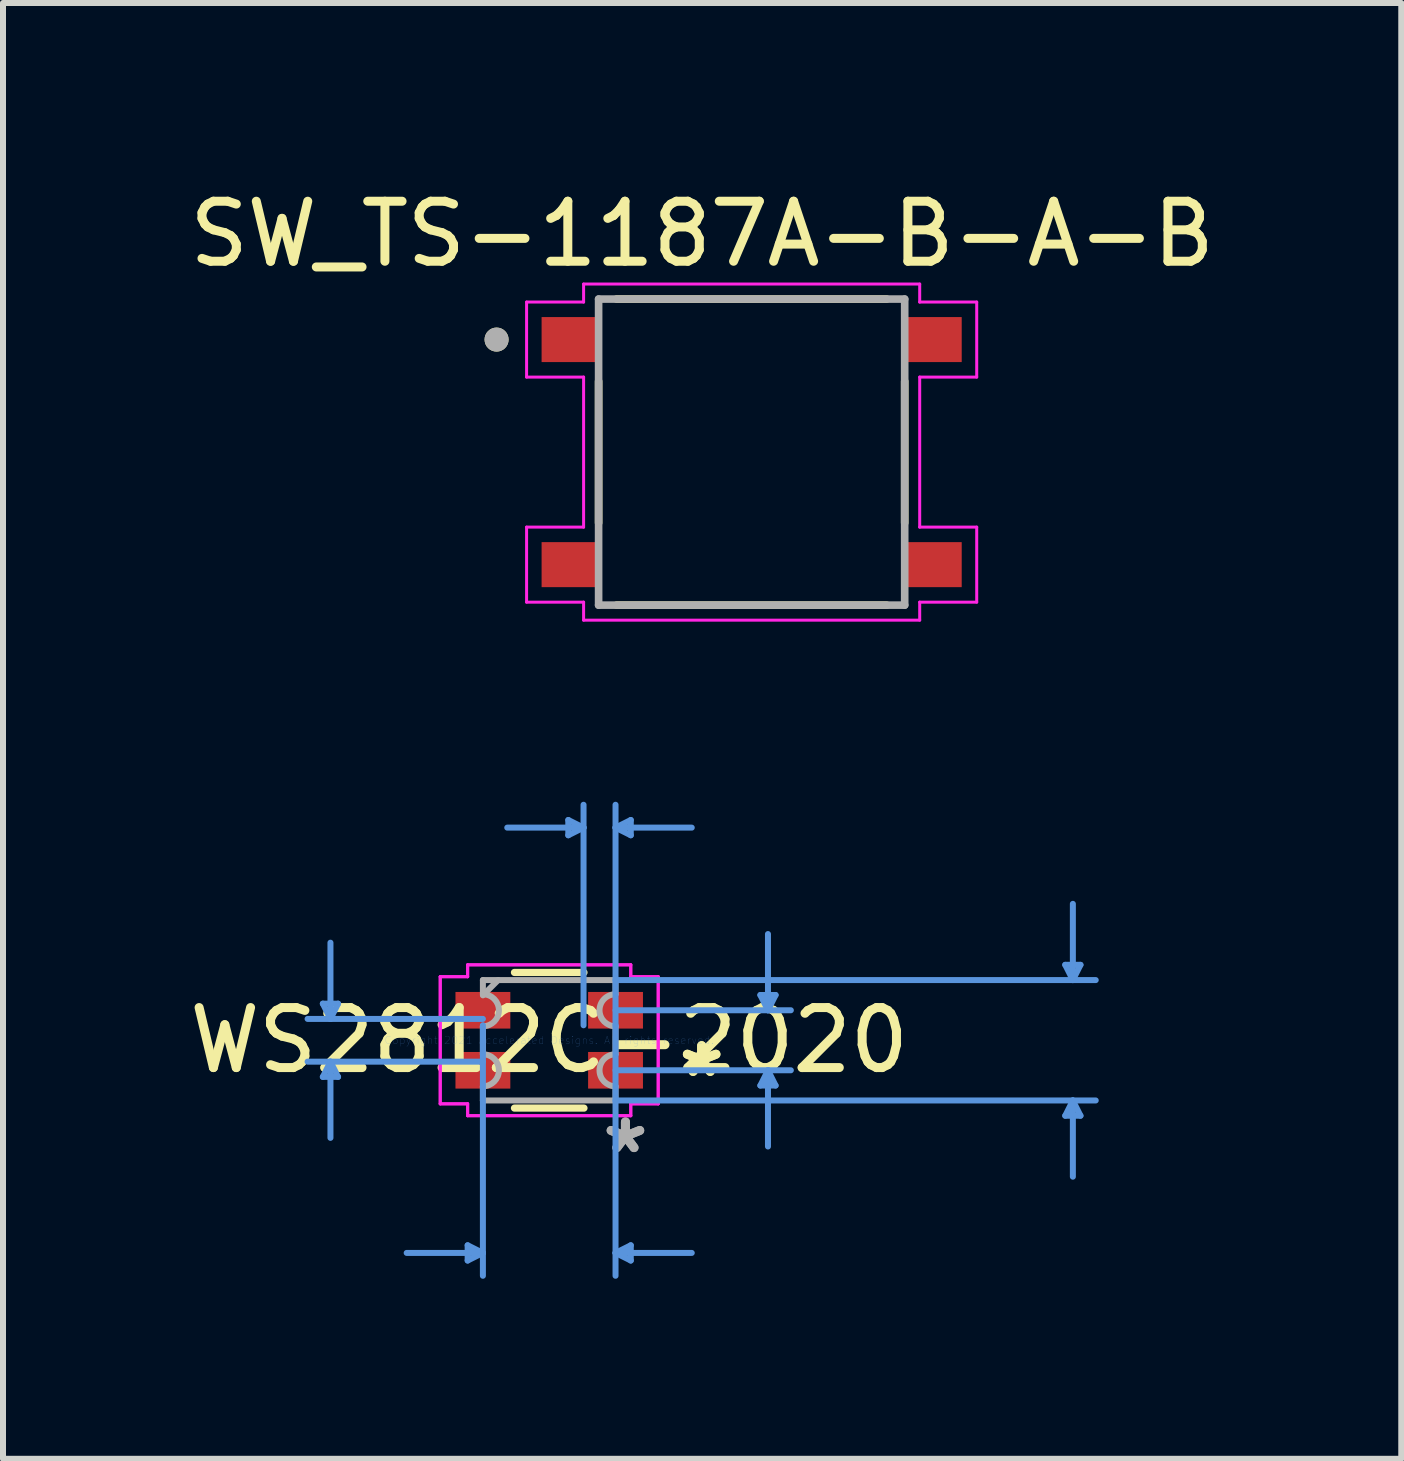
<source format=kicad_pcb>
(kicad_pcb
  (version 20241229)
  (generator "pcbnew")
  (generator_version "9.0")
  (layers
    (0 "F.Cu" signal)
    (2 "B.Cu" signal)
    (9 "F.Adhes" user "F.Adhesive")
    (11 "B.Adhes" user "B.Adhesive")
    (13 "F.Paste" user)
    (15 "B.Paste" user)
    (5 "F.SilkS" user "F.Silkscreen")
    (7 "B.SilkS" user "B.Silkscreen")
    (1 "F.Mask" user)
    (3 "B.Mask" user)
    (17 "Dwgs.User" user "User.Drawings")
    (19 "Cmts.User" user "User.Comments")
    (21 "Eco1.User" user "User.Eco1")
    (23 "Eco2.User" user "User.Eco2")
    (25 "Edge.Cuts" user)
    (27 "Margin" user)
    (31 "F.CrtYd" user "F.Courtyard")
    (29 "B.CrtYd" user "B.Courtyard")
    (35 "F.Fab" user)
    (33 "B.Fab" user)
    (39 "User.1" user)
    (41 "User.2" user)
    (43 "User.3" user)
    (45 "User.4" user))
  (footprint "SW_TS-1187A-B-A-B"
    (layer "F.Cu")
    (at 9.474 4.483)
    (property "Reference" "SW_TS-1187A-B-A-B" (at -0.825 -3.635 0) (layer "F.SilkS") (effects (font (size 1 1) (thickness 0.15))))
    (attr through_hole)
    (fp_line (start -2.55 -1.18) (end -2.55 1.18) (stroke (width 0.127) (type solid)) (layer "F.SilkS"))
    (fp_line (start 2.25 -2.55) (end -2.25 -2.55) (stroke (width 0.127) (type solid)) (layer "F.SilkS"))
    (fp_line (start 2.25 2.55) (end -2.25 2.55) (stroke (width 0.127) (type solid)) (layer "F.SilkS"))
    (fp_line (start 2.55 1.18) (end 2.55 -1.18) (stroke (width 0.127) (type solid)) (layer "F.SilkS"))
    (fp_circle (center -4.25 -1.875) (end -4.15 -1.875) (stroke (width 0.2) (type solid)) (fill no) (layer "F.SilkS"))
    (fp_line (start -3.75 -2.5) (end -3.75 -1.25) (stroke (width 0.05) (type solid)) (layer "F.CrtYd"))
    (fp_line (start -3.75 -2.5) (end -2.8 -2.5) (stroke (width 0.05) (type solid)) (layer "F.CrtYd"))
    (fp_line (start -3.75 -1.25) (end -2.8 -1.25) (stroke (width 0.05) (type solid)) (layer "F.CrtYd"))
    (fp_line (start -3.75 1.25) (end -2.8 1.25) (stroke (width 0.05) (type solid)) (layer "F.CrtYd"))
    (fp_line (start -3.75 2.5) (end -3.75 1.25) (stroke (width 0.05) (type solid)) (layer "F.CrtYd"))
    (fp_line (start -3.75 2.5) (end -2.8 2.5) (stroke (width 0.05) (type solid)) (layer "F.CrtYd"))
    (fp_line (start -2.8 -2.8) (end -2.8 -2.5) (stroke (width 0.05) (type solid)) (layer "F.CrtYd"))
    (fp_line (start -2.8 -1.25) (end -2.8 1.25) (stroke (width 0.05) (type solid)) (layer "F.CrtYd"))
    (fp_line (start -2.8 2.8) (end -2.8 2.5) (stroke (width 0.05) (type solid)) (layer "F.CrtYd"))
    (fp_line (start -2.8 2.8) (end 2.8 2.8) (stroke (width 0.05) (type solid)) (layer "F.CrtYd"))
    (fp_line (start 2.8 -2.8) (end -2.8 -2.8) (stroke (width 0.05) (type solid)) (layer "F.CrtYd"))
    (fp_line (start 2.8 -2.8) (end 2.8 -2.5) (stroke (width 0.05) (type solid)) (layer "F.CrtYd"))
    (fp_line (start 2.8 -1.25) (end 2.8 1.25) (stroke (width 0.05) (type solid)) (layer "F.CrtYd"))
    (fp_line (start 2.8 2.8) (end 2.8 2.5) (stroke (width 0.05) (type solid)) (layer "F.CrtYd"))
    (fp_line (start 3.75 -2.5) (end 2.8 -2.5) (stroke (width 0.05) (type solid)) (layer "F.CrtYd"))
    (fp_line (start 3.75 -2.5) (end 3.75 -1.25) (stroke (width 0.05) (type solid)) (layer "F.CrtYd"))
    (fp_line (start 3.75 -1.25) (end 2.8 -1.25) (stroke (width 0.05) (type solid)) (layer "F.CrtYd"))
    (fp_line (start 3.75 1.25) (end 2.8 1.25) (stroke (width 0.05) (type solid)) (layer "F.CrtYd"))
    (fp_line (start 3.75 2.5) (end 2.8 2.5) (stroke (width 0.05) (type solid)) (layer "F.CrtYd"))
    (fp_line (start 3.75 2.5) (end 3.75 1.25) (stroke (width 0.05) (type solid)) (layer "F.CrtYd"))
    (fp_line (start -2.55 -2.55) (end -2.55 2.55) (stroke (width 0.127) (type solid)) (layer "F.Fab"))
    (fp_line (start -2.55 2.55) (end 2.55 2.55) (stroke (width 0.127) (type solid)) (layer "F.Fab"))
    (fp_line (start 2.55 -2.55) (end -2.55 -2.55) (stroke (width 0.127) (type solid)) (layer "F.Fab"))
    (fp_line (start 2.55 2.55) (end 2.55 -2.55) (stroke (width 0.127) (type solid)) (layer "F.Fab"))
    (fp_circle (center -4.25 -1.875) (end -4.15 -1.875) (stroke (width 0.2) (type solid)) (fill no) (layer "F.Fab"))
    (pad "1" smd rect (at -3 -1.875) (size 1 0.75) (layers "F.Cu" "F.Mask" "F.Paste"))
    (pad "1" smd rect (at 3 -1.875) (size 1 0.75) (layers "F.Cu" "F.Mask" "F.Paste"))
    (pad "2" smd rect (at -3 1.875) (size 1 0.75) (layers "F.Cu" "F.Mask" "F.Paste"))
    (pad "2" smd rect (at 3 1.875) (size 1 0.75) (layers "F.Cu" "F.Mask" "F.Paste")))
  (footprint "WS2812C-2020"
    (layer "F.Cu")
    (at 6.101 14.283)
    (property "Reference" "WS2812C-2020" (at 0 0 0) (layer "F.SilkS") (effects (font (size 1 1) (thickness 0.15))))
    (attr through_hole)
    (fp_line (start -0.579 -1.13) (end 0.579 -1.13) (stroke (width 0.12) (type solid)) (layer "F.SilkS"))
    (fp_line (start -0.579 1.13) (end 0.579 1.13) (stroke (width 0.12) (type solid)) (layer "F.SilkS"))
    (fp_line (start -3.772 -0.61) (end -3.518 -0.61) (stroke (width 0.1) (type solid)) (layer "Cmts.User"))
    (fp_line (start -3.772 0.61) (end -3.518 0.61) (stroke (width 0.1) (type solid)) (layer "Cmts.User"))
    (fp_line (start -3.645 -0.356) (end -3.772 -0.61) (stroke (width 0.1) (type solid)) (layer "Cmts.User"))
    (fp_line (start -3.645 -0.356) (end -3.645 -1.626) (stroke (width 0.1) (type solid)) (layer "Cmts.User"))
    (fp_line (start -3.645 -0.356) (end -3.518 -0.61) (stroke (width 0.1) (type solid)) (layer "Cmts.User"))
    (fp_line (start -3.645 0.356) (end -3.772 0.61) (stroke (width 0.1) (type solid)) (layer "Cmts.User"))
    (fp_line (start -3.645 0.356) (end -3.645 1.626) (stroke (width 0.1) (type solid)) (layer "Cmts.User"))
    (fp_line (start -3.645 0.356) (end -3.518 0.61) (stroke (width 0.1) (type solid)) (layer "Cmts.User"))
    (fp_line (start -1.359 3.416) (end -1.359 3.67) (stroke (width 0.1) (type solid)) (layer "Cmts.User"))
    (fp_line (start -1.105 -0.356) (end -4.026 -0.356) (stroke (width 0.1) (type solid)) (layer "Cmts.User"))
    (fp_line (start -1.105 -0.25) (end -1.105 3.924) (stroke (width 0.1) (type solid)) (layer "Cmts.User"))
    (fp_line (start -1.105 0.356) (end -4.026 0.356) (stroke (width 0.1) (type solid)) (layer "Cmts.User"))
    (fp_line (start -1.105 3.543) (end -2.375 3.543) (stroke (width 0.1) (type solid)) (layer "Cmts.User"))
    (fp_line (start -1.105 3.543) (end -1.359 3.416) (stroke (width 0.1) (type solid)) (layer "Cmts.User"))
    (fp_line (start -1.105 3.543) (end -1.359 3.67) (stroke (width 0.1) (type solid)) (layer "Cmts.User"))
    (fp_line (start 0.318 -3.67) (end 0.318 -3.416) (stroke (width 0.1) (type solid)) (layer "Cmts.User"))
    (fp_line (start 0.572 -3.543) (end -0.699 -3.543) (stroke (width 0.1) (type solid)) (layer "Cmts.User"))
    (fp_line (start 0.572 -3.543) (end 0.318 -3.67) (stroke (width 0.1) (type solid)) (layer "Cmts.User"))
    (fp_line (start 0.572 -3.543) (end 0.318 -3.416) (stroke (width 0.1) (type solid)) (layer "Cmts.User"))
    (fp_line (start 0.572 -0.25) (end 0.572 -3.924) (stroke (width 0.1) (type solid)) (layer "Cmts.User"))
    (fp_line (start 1.105 -3.543) (end 1.359 -3.67) (stroke (width 0.1) (type solid)) (layer "Cmts.User"))
    (fp_line (start 1.105 -3.543) (end 1.359 -3.416) (stroke (width 0.1) (type solid)) (layer "Cmts.User"))
    (fp_line (start 1.105 -3.543) (end 2.375 -3.543) (stroke (width 0.1) (type solid)) (layer "Cmts.User"))
    (fp_line (start 1.105 -1.003) (end 9.106 -1.003) (stroke (width 0.1) (type solid)) (layer "Cmts.User"))
    (fp_line (start 1.105 -0.5) (end 4.026 -0.5) (stroke (width 0.1) (type solid)) (layer "Cmts.User"))
    (fp_line (start 1.105 -0.25) (end 1.105 -3.924) (stroke (width 0.1) (type solid)) (layer "Cmts.User"))
    (fp_line (start 1.105 -0.25) (end 1.105 3.924) (stroke (width 0.1) (type solid)) (layer "Cmts.User"))
    (fp_line (start 1.105 0.5) (end 4.026 0.5) (stroke (width 0.1) (type solid)) (layer "Cmts.User"))
    (fp_line (start 1.105 1.003) (end 9.106 1.003) (stroke (width 0.1) (type solid)) (layer "Cmts.User"))
    (fp_line (start 1.105 3.543) (end 1.359 3.416) (stroke (width 0.1) (type solid)) (layer "Cmts.User"))
    (fp_line (start 1.105 3.543) (end 1.359 3.67) (stroke (width 0.1) (type solid)) (layer "Cmts.User"))
    (fp_line (start 1.105 3.543) (end 2.375 3.543) (stroke (width 0.1) (type solid)) (layer "Cmts.User"))
    (fp_line (start 1.359 -3.67) (end 1.359 -3.416) (stroke (width 0.1) (type solid)) (layer "Cmts.User"))
    (fp_line (start 1.359 3.416) (end 1.359 3.67) (stroke (width 0.1) (type solid)) (layer "Cmts.User"))
    (fp_line (start 3.518 -0.754) (end 3.772 -0.754) (stroke (width 0.1) (type solid)) (layer "Cmts.User"))
    (fp_line (start 3.518 0.754) (end 3.772 0.754) (stroke (width 0.1) (type solid)) (layer "Cmts.User"))
    (fp_line (start 3.645 -0.5) (end 3.518 -0.754) (stroke (width 0.1) (type solid)) (layer "Cmts.User"))
    (fp_line (start 3.645 -0.5) (end 3.645 -1.77) (stroke (width 0.1) (type solid)) (layer "Cmts.User"))
    (fp_line (start 3.645 -0.5) (end 3.772 -0.754) (stroke (width 0.1) (type solid)) (layer "Cmts.User"))
    (fp_line (start 3.645 0.5) (end 3.518 0.754) (stroke (width 0.1) (type solid)) (layer "Cmts.User"))
    (fp_line (start 3.645 0.5) (end 3.645 1.77) (stroke (width 0.1) (type solid)) (layer "Cmts.User"))
    (fp_line (start 3.645 0.5) (end 3.772 0.754) (stroke (width 0.1) (type solid)) (layer "Cmts.User"))
    (fp_line (start 8.598 -1.257) (end 8.852 -1.257) (stroke (width 0.1) (type solid)) (layer "Cmts.User"))
    (fp_line (start 8.598 1.257) (end 8.852 1.257) (stroke (width 0.1) (type solid)) (layer "Cmts.User"))
    (fp_line (start 8.725 -1.003) (end 8.598 -1.257) (stroke (width 0.1) (type solid)) (layer "Cmts.User"))
    (fp_line (start 8.725 -1.003) (end 8.725 -2.273) (stroke (width 0.1) (type solid)) (layer "Cmts.User"))
    (fp_line (start 8.725 -1.003) (end 8.852 -1.257) (stroke (width 0.1) (type solid)) (layer "Cmts.User"))
    (fp_line (start 8.725 1.003) (end 8.598 1.257) (stroke (width 0.1) (type solid)) (layer "Cmts.User"))
    (fp_line (start 8.725 1.003) (end 8.725 2.273) (stroke (width 0.1) (type solid)) (layer "Cmts.User"))
    (fp_line (start 8.725 1.003) (end 8.852 1.257) (stroke (width 0.1) (type solid)) (layer "Cmts.User"))
    (fp_line (start -1.816 -1.059) (end -1.359 -1.059) (stroke (width 0.05) (type solid)) (layer "F.CrtYd"))
    (fp_line (start -1.816 -1.059) (end -1.359 -1.059) (stroke (width 0.05) (type solid)) (layer "F.CrtYd"))
    (fp_line (start -1.816 1.059) (end -1.816 -1.059) (stroke (width 0.05) (type solid)) (layer "F.CrtYd"))
    (fp_line (start -1.816 1.059) (end -1.816 -1.059) (stroke (width 0.05) (type solid)) (layer "F.CrtYd"))
    (fp_line (start -1.816 1.059) (end -1.359 1.059) (stroke (width 0.05) (type solid)) (layer "F.CrtYd"))
    (fp_line (start -1.359 -1.257) (end 1.359 -1.257) (stroke (width 0.05) (type solid)) (layer "F.CrtYd"))
    (fp_line (start -1.359 -1.257) (end 1.359 -1.257) (stroke (width 0.05) (type solid)) (layer "F.CrtYd"))
    (fp_line (start -1.359 -1.059) (end -1.359 -1.257) (stroke (width 0.05) (type solid)) (layer "F.CrtYd"))
    (fp_line (start -1.359 -1.059) (end -1.359 -1.257) (stroke (width 0.05) (type solid)) (layer "F.CrtYd"))
    (fp_line (start -1.359 1.059) (end -1.816 1.059) (stroke (width 0.05) (type solid)) (layer "F.CrtYd"))
    (fp_line (start -1.359 1.257) (end -1.359 1.059) (stroke (width 0.05) (type solid)) (layer "F.CrtYd"))
    (fp_line (start -1.359 1.257) (end -1.359 1.059) (stroke (width 0.05) (type solid)) (layer "F.CrtYd"))
    (fp_line (start 1.359 -1.257) (end 1.359 -1.059) (stroke (width 0.05) (type solid)) (layer "F.CrtYd"))
    (fp_line (start 1.359 -1.257) (end 1.359 -1.059) (stroke (width 0.05) (type solid)) (layer "F.CrtYd"))
    (fp_line (start 1.359 -1.059) (end 1.816 -1.059) (stroke (width 0.05) (type solid)) (layer "F.CrtYd"))
    (fp_line (start 1.359 1.059) (end 1.359 1.257) (stroke (width 0.05) (type solid)) (layer "F.CrtYd"))
    (fp_line (start 1.359 1.059) (end 1.359 1.257) (stroke (width 0.05) (type solid)) (layer "F.CrtYd"))
    (fp_line (start 1.359 1.257) (end -1.359 1.257) (stroke (width 0.05) (type solid)) (layer "F.CrtYd"))
    (fp_line (start 1.359 1.257) (end -1.359 1.257) (stroke (width 0.05) (type solid)) (layer "F.CrtYd"))
    (fp_line (start 1.816 -1.059) (end 1.359 -1.059) (stroke (width 0.05) (type solid)) (layer "F.CrtYd"))
    (fp_line (start 1.816 -1.059) (end 1.816 1.059) (stroke (width 0.05) (type solid)) (layer "F.CrtYd"))
    (fp_line (start 1.816 -1.059) (end 1.816 1.059) (stroke (width 0.05) (type solid)) (layer "F.CrtYd"))
    (fp_line (start 1.816 1.059) (end 1.359 1.059) (stroke (width 0.05) (type solid)) (layer "F.CrtYd"))
    (fp_line (start 1.816 1.059) (end 1.359 1.059) (stroke (width 0.05) (type solid)) (layer "F.CrtYd"))
    (fp_line (start -1.105 -1.003) (end 1.105 -1.003) (stroke (width 0.1) (type solid)) (layer "F.Fab"))
    (fp_line (start -1.105 -0.767) (end -1.105 -1.003) (stroke (width 0.1) (type solid)) (layer "F.Fab"))
    (fp_line (start -1.105 -0.233) (end -1.105 0.233) (stroke (width 0.1) (type solid)) (layer "F.Fab"))
    (fp_line (start -1.105 0.767) (end -1.105 1.003) (stroke (width 0.1) (type solid)) (layer "F.Fab"))
    (fp_line (start -1.105 1.003) (end 1.105 1.003) (stroke (width 0.1) (type solid)) (layer "F.Fab"))
    (fp_line (start -0.851 -1.003) (end -1.105 -0.749) (stroke (width 0.1) (type solid)) (layer "F.Fab"))
    (fp_line (start 1.105 -0.767) (end 1.105 -1.003) (stroke (width 0.1) (type solid)) (layer "F.Fab"))
    (fp_line (start 1.105 -0.233) (end 1.105 0.233) (stroke (width 0.1) (type solid)) (layer "F.Fab"))
    (fp_line (start 1.105 0.767) (end 1.105 1.003) (stroke (width 0.1) (type solid)) (layer "F.Fab"))
    (fp_arc (start -1.1049 -0.766699) (mid -0.8382 -0.499999) (end -1.1049 -0.233299) (stroke (width 0.1) (type solid)) (layer "F.Fab"))
    (fp_arc (start -1.1049 0.233299) (mid -0.8382 0.499999) (end -1.1049 0.766699) (stroke (width 0.1) (type solid)) (layer "F.Fab"))
    (fp_arc (start 1.1049 -0.233299) (mid 0.8382 -0.499999) (end 1.1049 -0.766699) (stroke (width 0.1) (type solid)) (layer "F.Fab"))
    (fp_arc (start 1.1049 0.766699) (mid 0.8382 0.499999) (end 1.1049 0.233299) (stroke (width 0.1) (type solid)) (layer "F.Fab"))
    (fp_text user "*" (at 2.54 0.635 0) (layer "F.SilkS") (effects (font (size 1 1) (thickness 0.15))))
    (fp_text user "*" (at 2.54 0.635 0) (layer "F.SilkS") (effects (font (size 1 1) (thickness 0.15))))
    (fp_text user "Copyright 2021 Accelerated Designs. All rights reserved." (at 0 0 0) (layer "Cmts.User") (effects (font (size 0.127 0.127) (thickness 0.002))))
    (fp_text user "*" (at 1.27 1.905 0) (layer "F.Fab") (effects (font (size 1 1) (thickness 0.15))))
    (fp_text user "*" (at 1.27 1.905 0) (layer "F.Fab") (effects (font (size 1 1) (thickness 0.15))))
    (pad "1" smd rect (at 1.105 0.5) (size 0.914 0.61) (layers "F.Cu" "F.Mask" "F.Paste"))
    (pad "2" smd rect (at 1.105 -0.5) (size 0.914 0.61) (layers "F.Cu" "F.Mask" "F.Paste"))
    (pad "3" smd rect (at -1.105 -0.5) (size 0.914 0.61) (layers "F.Cu" "F.Mask" "F.Paste"))
    (pad "4" smd rect (at -1.105 0.5) (size 0.914 0.61) (layers "F.Cu" "F.Mask" "F.Paste")))
  (gr_rect
    (start -3 -3)
    (end 20.298 21.257)
    (stroke (width 0.1) (type default))
    (fill no)
    (layer "Edge.Cuts")))
</source>
